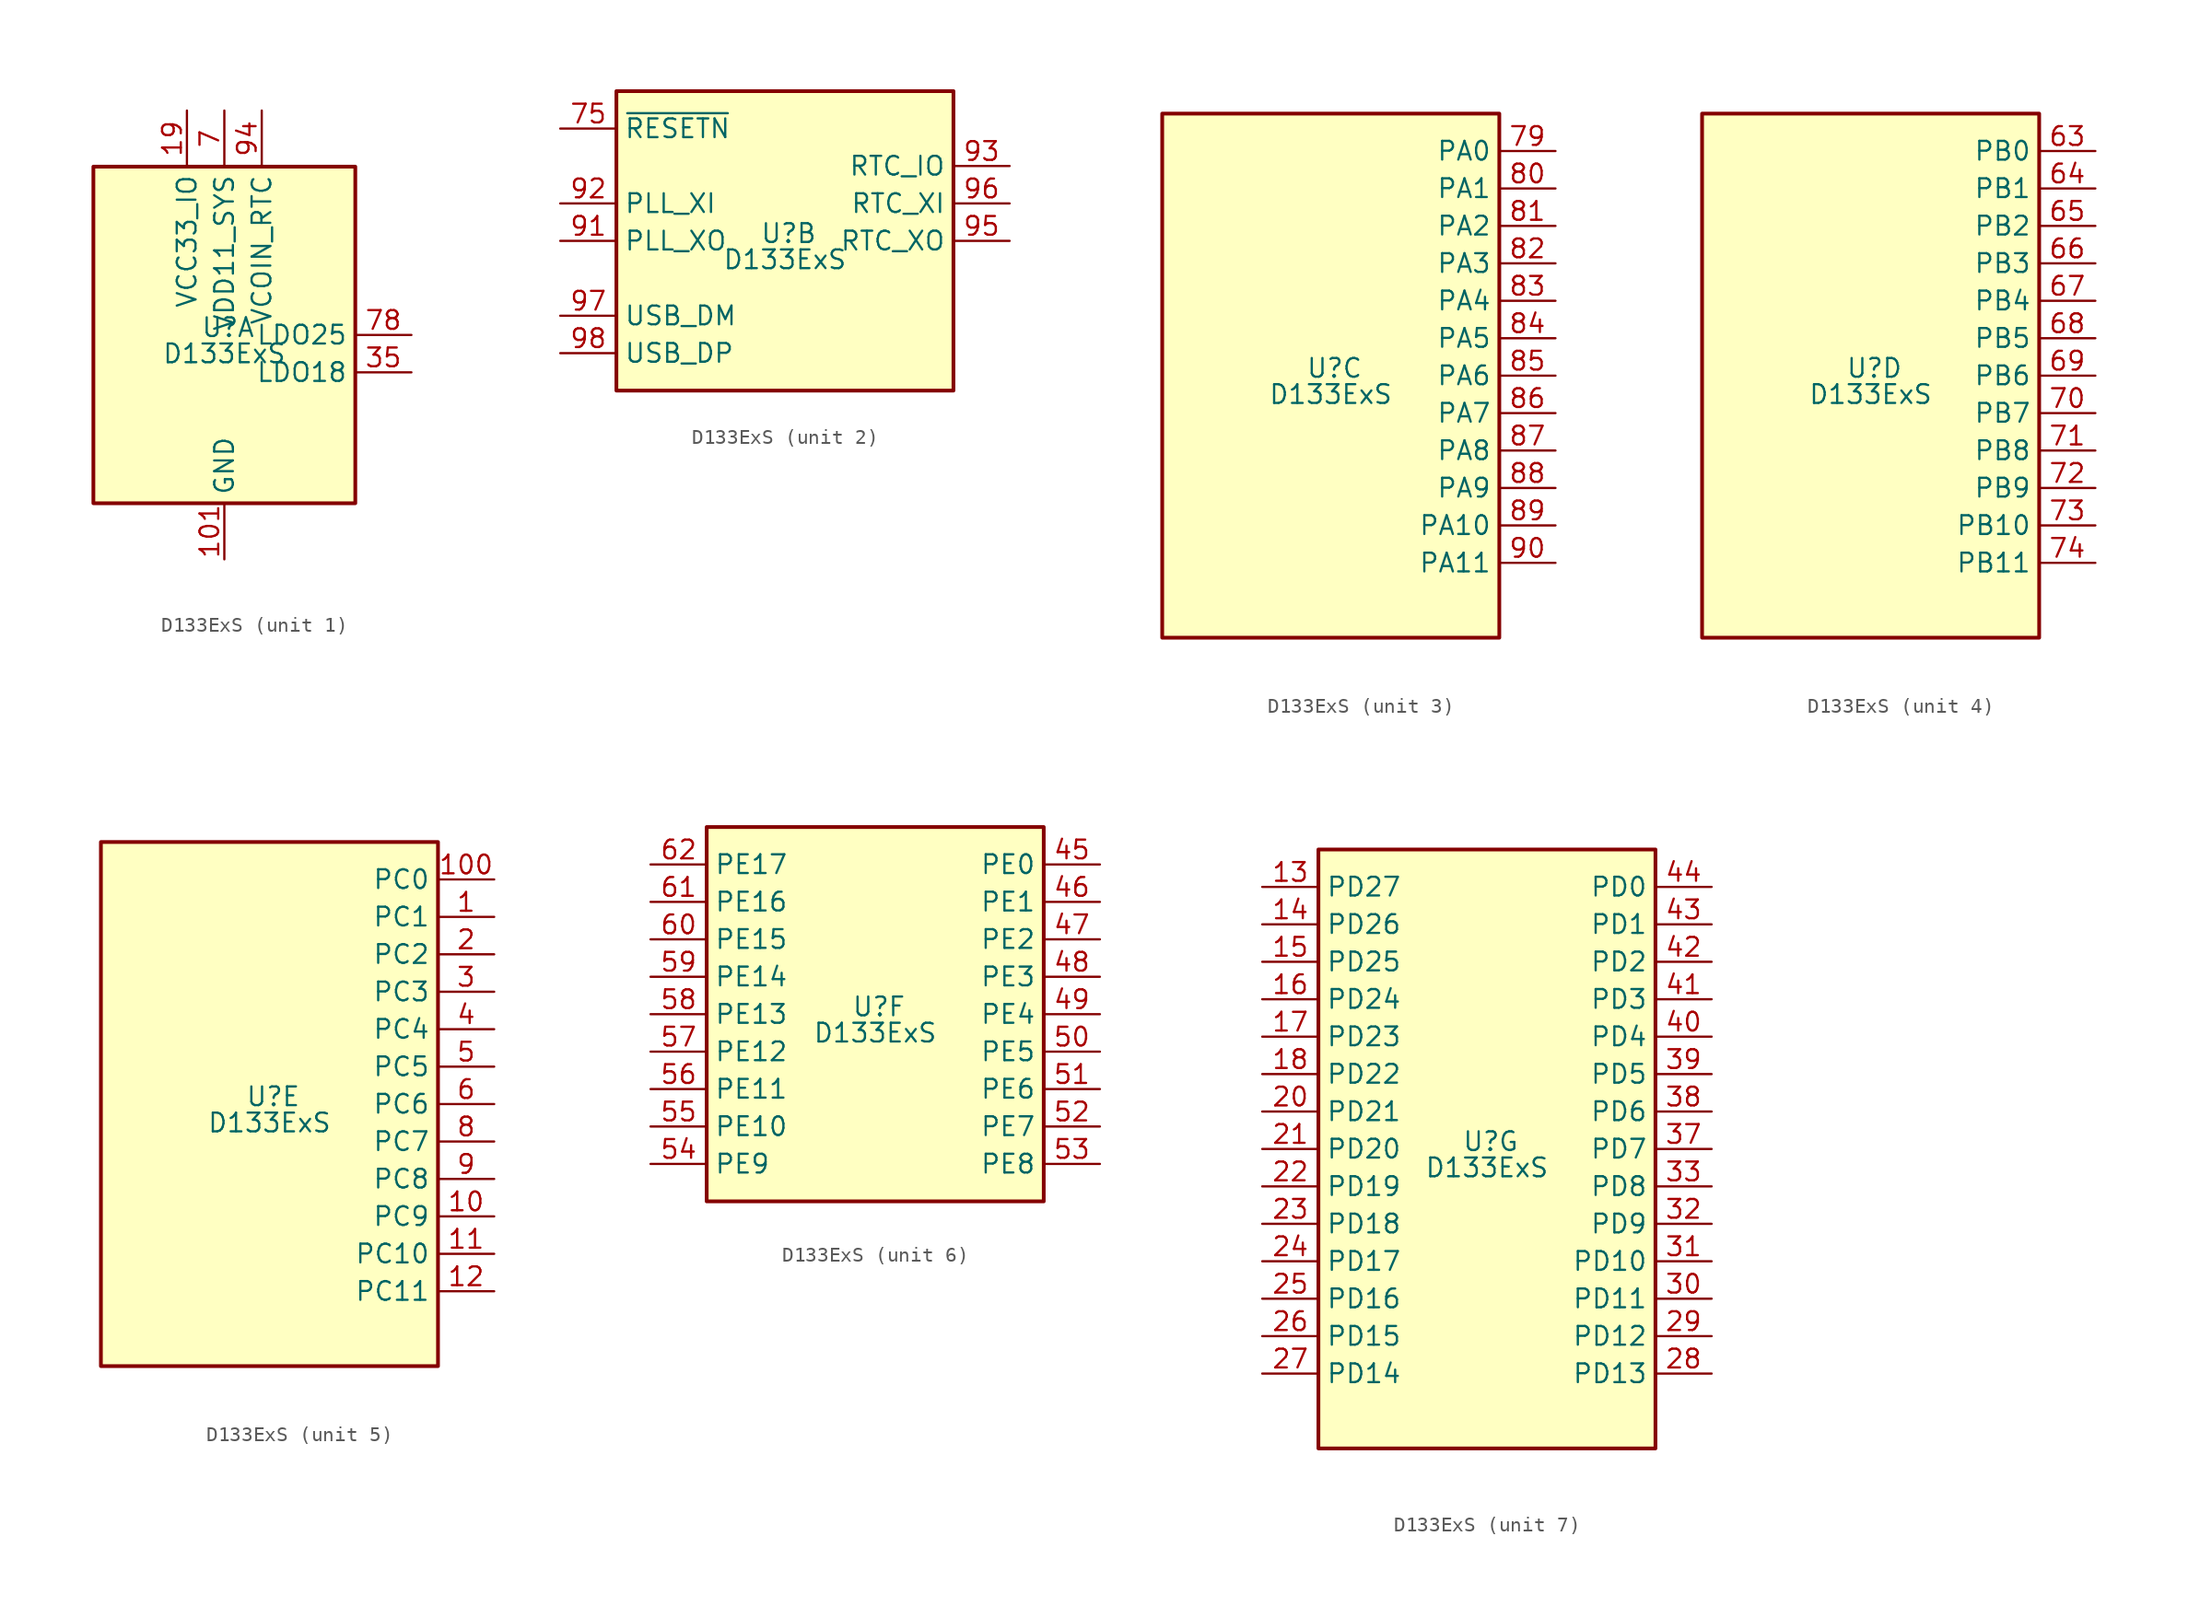
<source format=kicad_sym>
(kicad_symbol_lib
  (version 20231120)
  (generator "kicad_symbol_editor")
  (generator_version "8.0")
  (symbol "D133ExS"
    (property "Reference" "U"
      (at 0.254 0.508 0)
      (effects (font (size 1.27 1.27))))
    (property "Value" "D133ExS"
      (at 0 -1.27 0)
      (effects (font (size 1.27 1.27))))
    (property "ki_locked" ""
      (at 0 0 0)
      (effects (font (size 1.27 1.27))))
    (symbol "D133ExS_1_0"
      (pin power_in line (at 0 -15.24 90) (length 3.81) (name "GND" (effects (font (size 1.27 1.27)))) (number "101" (effects (font (size 1.27 1.27)))))
      (pin power_in line (at -2.54 15.24 270) (length 3.81) (name "VCC33_IO" (effects (font (size 1.27 1.27)))) (number "19" (effects (font (size 1.27 1.27)))))
      (pin bidirectional line (at 0 15.24 270) (length 3.81) hide (name "VDD11_SYS" (effects (font (size 1.27 1.27)))) (number "34" (effects (font (size 1.27 1.27)))))
      (pin power_out line (at 12.7 -2.54 180) (length 3.81) (name "LDO18" (effects (font (size 1.27 1.27)))) (number "35" (effects (font (size 1.27 1.27)))))
      (pin passive line (at -2.54 15.24 270) (length 3.81) hide (name "VCC33_IO" (effects (font (size 1.27 1.27)))) (number "36" (effects (font (size 1.27 1.27)))))
      (pin bidirectional line (at 0 15.24 270) (length 3.81) (name "VDD11_SYS" (effects (font (size 1.27 1.27)))) (number "7" (effects (font (size 1.27 1.27)))))
      (pin bidirectional line (at 0 15.24 270) (length 3.81) hide (name "VDD11_SYS" (effects (font (size 1.27 1.27)))) (number "76" (effects (font (size 1.27 1.27)))))
      (pin passive line (at -2.54 15.24 270) (length 3.81) hide (name "VCC33_IO" (effects (font (size 1.27 1.27)))) (number "77" (effects (font (size 1.27 1.27)))))
      (pin power_out line (at 12.7 0 180) (length 3.81) (name "LDO25" (effects (font (size 1.27 1.27)))) (number "78" (effects (font (size 1.27 1.27)))))
      (pin power_in line (at 2.54 15.24 270) (length 3.81) (name "VCOIN_RTC" (effects (font (size 1.27 1.27)))) (number "94" (effects (font (size 1.27 1.27)))))
      (pin passive line (at -2.54 15.24 270) (length 3.81) hide (name "VCC33_IO" (effects (font (size 1.27 1.27)))) (number "99" (effects (font (size 1.27 1.27))))))
    (symbol "D133ExS_1_1"
      (rectangle (start -8.89 11.43) (end 8.89 -11.43) (stroke (width 0.254) (type default)) (fill (type background))))
    (symbol "D133ExS_2_0"
      (pin input line (at -15.24 7.62 0) (length 3.81) (name "~{RESETN}" (effects (font (size 1.27 1.27)))) (number "75" (effects (font (size 1.27 1.27)))))
      (pin output line (at -15.24 0 0) (length 3.81) (name "PLL_XO" (effects (font (size 1.27 1.27)))) (number "91" (effects (font (size 1.27 1.27)))))
      (pin input line (at -15.24 2.54 0) (length 3.81) (name "PLL_XI" (effects (font (size 1.27 1.27)))) (number "92" (effects (font (size 1.27 1.27)))))
      (pin output line (at 15.24 5.08 180) (length 3.81) (name "RTC_IO" (effects (font (size 1.27 1.27)))) (number "93" (effects (font (size 1.27 1.27)))))
      (pin output line (at 15.24 0 180) (length 3.81) (name "RTC_XO" (effects (font (size 1.27 1.27)))) (number "95" (effects (font (size 1.27 1.27)))))
      (pin input line (at 15.24 2.54 180) (length 3.81) (name "RTC_XI" (effects (font (size 1.27 1.27)))) (number "96" (effects (font (size 1.27 1.27)))))
      (pin bidirectional line (at -15.24 -5.08 0) (length 3.81) (name "USB_DM" (effects (font (size 1.27 1.27)))) (number "97" (effects (font (size 1.27 1.27)))))
      (pin bidirectional line (at -15.24 -7.62 0) (length 3.81) (name "USB_DP" (effects (font (size 1.27 1.27)))) (number "98" (effects (font (size 1.27 1.27))))))
    (symbol "D133ExS_2_1"
      (rectangle (start -11.43 10.16) (end 11.43 -10.16) (stroke (width 0.254) (type default)) (fill (type background))))
    (symbol "D133ExS_3_0"
      (pin bidirectional line (at 15.24 15.24 180) (length 3.81) (name "PA0" (effects (font (size 1.27 1.27)))) (number "79" (effects (font (size 1.27 1.27)))))
      (pin bidirectional line (at 15.24 12.7 180) (length 3.81) (name "PA1" (effects (font (size 1.27 1.27)))) (number "80" (effects (font (size 1.27 1.27)))))
      (pin bidirectional line (at 15.24 10.16 180) (length 3.81) (name "PA2" (effects (font (size 1.27 1.27)))) (number "81" (effects (font (size 1.27 1.27)))))
      (pin bidirectional line (at 15.24 7.62 180) (length 3.81) (name "PA3" (effects (font (size 1.27 1.27)))) (number "82" (effects (font (size 1.27 1.27)))))
      (pin bidirectional line (at 15.24 5.08 180) (length 3.81) (name "PA4" (effects (font (size 1.27 1.27)))) (number "83" (effects (font (size 1.27 1.27)))))
      (pin bidirectional line (at 15.24 2.54 180) (length 3.81) (name "PA5" (effects (font (size 1.27 1.27)))) (number "84" (effects (font (size 1.27 1.27)))))
      (pin bidirectional line (at 15.24 0 180) (length 3.81) (name "PA6" (effects (font (size 1.27 1.27)))) (number "85" (effects (font (size 1.27 1.27)))))
      (pin bidirectional line (at 15.24 -2.54 180) (length 3.81) (name "PA7" (effects (font (size 1.27 1.27)))) (number "86" (effects (font (size 1.27 1.27)))))
      (pin bidirectional line (at 15.24 -5.08 180) (length 3.81) (name "PA8" (effects (font (size 1.27 1.27)))) (number "87" (effects (font (size 1.27 1.27)))))
      (pin bidirectional line (at 15.24 -7.62 180) (length 3.81) (name "PA9" (effects (font (size 1.27 1.27)))) (number "88" (effects (font (size 1.27 1.27)))))
      (pin bidirectional line (at 15.24 -10.16 180) (length 3.81) (name "PA10" (effects (font (size 1.27 1.27)))) (number "89" (effects (font (size 1.27 1.27)))))
      (pin bidirectional line (at 15.24 -12.7 180) (length 3.81) (name "PA11" (effects (font (size 1.27 1.27)))) (number "90" (effects (font (size 1.27 1.27))))))
    (symbol "D133ExS_3_1"
      (rectangle (start -11.43 17.78) (end 11.43 -17.78) (stroke (width 0.254) (type default)) (fill (type background))))
    (symbol "D133ExS_4_0"
      (pin bidirectional line (at 15.24 15.24 180) (length 3.81) (name "PB0" (effects (font (size 1.27 1.27)))) (number "63" (effects (font (size 1.27 1.27)))))
      (pin bidirectional line (at 15.24 12.7 180) (length 3.81) (name "PB1" (effects (font (size 1.27 1.27)))) (number "64" (effects (font (size 1.27 1.27)))))
      (pin bidirectional line (at 15.24 10.16 180) (length 3.81) (name "PB2" (effects (font (size 1.27 1.27)))) (number "65" (effects (font (size 1.27 1.27)))))
      (pin bidirectional line (at 15.24 7.62 180) (length 3.81) (name "PB3" (effects (font (size 1.27 1.27)))) (number "66" (effects (font (size 1.27 1.27)))))
      (pin bidirectional line (at 15.24 5.08 180) (length 3.81) (name "PB4" (effects (font (size 1.27 1.27)))) (number "67" (effects (font (size 1.27 1.27)))))
      (pin bidirectional line (at 15.24 2.54 180) (length 3.81) (name "PB5" (effects (font (size 1.27 1.27)))) (number "68" (effects (font (size 1.27 1.27)))))
      (pin bidirectional line (at 15.24 0 180) (length 3.81) (name "PB6" (effects (font (size 1.27 1.27)))) (number "69" (effects (font (size 1.27 1.27)))))
      (pin bidirectional line (at 15.24 -2.54 180) (length 3.81) (name "PB7" (effects (font (size 1.27 1.27)))) (number "70" (effects (font (size 1.27 1.27)))))
      (pin bidirectional line (at 15.24 -5.08 180) (length 3.81) (name "PB8" (effects (font (size 1.27 1.27)))) (number "71" (effects (font (size 1.27 1.27)))))
      (pin bidirectional line (at 15.24 -7.62 180) (length 3.81) (name "PB9" (effects (font (size 1.27 1.27)))) (number "72" (effects (font (size 1.27 1.27)))))
      (pin bidirectional line (at 15.24 -10.16 180) (length 3.81) (name "PB10" (effects (font (size 1.27 1.27)))) (number "73" (effects (font (size 1.27 1.27)))))
      (pin bidirectional line (at 15.24 -12.7 180) (length 3.81) (name "PB11" (effects (font (size 1.27 1.27)))) (number "74" (effects (font (size 1.27 1.27))))))
    (symbol "D133ExS_4_1"
      (rectangle (start -11.43 17.78) (end 11.43 -17.78) (stroke (width 0.254) (type default)) (fill (type background))))
    (symbol "D133ExS_5_0"
      (pin bidirectional line (at 15.24 12.7 180) (length 3.81) (name "PC1" (effects (font (size 1.27 1.27)))) (number "1" (effects (font (size 1.27 1.27)))))
      (pin bidirectional line (at 15.24 -7.62 180) (length 3.81) (name "PC9" (effects (font (size 1.27 1.27)))) (number "10" (effects (font (size 1.27 1.27)))))
      (pin bidirectional line (at 15.24 15.24 180) (length 3.81) (name "PC0" (effects (font (size 1.27 1.27)))) (number "100" (effects (font (size 1.27 1.27)))))
      (pin bidirectional line (at 15.24 -10.16 180) (length 3.81) (name "PC10" (effects (font (size 1.27 1.27)))) (number "11" (effects (font (size 1.27 1.27)))))
      (pin bidirectional line (at 15.24 -12.7 180) (length 3.81) (name "PC11" (effects (font (size 1.27 1.27)))) (number "12" (effects (font (size 1.27 1.27)))))
      (pin bidirectional line (at 15.24 10.16 180) (length 3.81) (name "PC2" (effects (font (size 1.27 1.27)))) (number "2" (effects (font (size 1.27 1.27)))))
      (pin bidirectional line (at 15.24 7.62 180) (length 3.81) (name "PC3" (effects (font (size 1.27 1.27)))) (number "3" (effects (font (size 1.27 1.27)))))
      (pin bidirectional line (at 15.24 5.08 180) (length 3.81) (name "PC4" (effects (font (size 1.27 1.27)))) (number "4" (effects (font (size 1.27 1.27)))))
      (pin bidirectional line (at 15.24 2.54 180) (length 3.81) (name "PC5" (effects (font (size 1.27 1.27)))) (number "5" (effects (font (size 1.27 1.27)))))
      (pin bidirectional line (at 15.24 0 180) (length 3.81) (name "PC6" (effects (font (size 1.27 1.27)))) (number "6" (effects (font (size 1.27 1.27)))))
      (pin bidirectional line (at 15.24 -2.54 180) (length 3.81) (name "PC7" (effects (font (size 1.27 1.27)))) (number "8" (effects (font (size 1.27 1.27)))))
      (pin bidirectional line (at 15.24 -5.08 180) (length 3.81) (name "PC8" (effects (font (size 1.27 1.27)))) (number "9" (effects (font (size 1.27 1.27))))))
    (symbol "D133ExS_5_1"
      (rectangle (start -11.43 17.78) (end 11.43 -17.78) (stroke (width 0.254) (type default)) (fill (type background))))
    (symbol "D133ExS_6_0"
      (pin bidirectional line (at 15.24 10.16 180) (length 3.81) (name "PE0" (effects (font (size 1.27 1.27)))) (number "45" (effects (font (size 1.27 1.27)))))
      (pin bidirectional line (at 15.24 7.62 180) (length 3.81) (name "PE1" (effects (font (size 1.27 1.27)))) (number "46" (effects (font (size 1.27 1.27)))))
      (pin bidirectional line (at 15.24 5.08 180) (length 3.81) (name "PE2" (effects (font (size 1.27 1.27)))) (number "47" (effects (font (size 1.27 1.27)))))
      (pin bidirectional line (at 15.24 2.54 180) (length 3.81) (name "PE3" (effects (font (size 1.27 1.27)))) (number "48" (effects (font (size 1.27 1.27)))))
      (pin bidirectional line (at 15.24 0 180) (length 3.81) (name "PE4" (effects (font (size 1.27 1.27)))) (number "49" (effects (font (size 1.27 1.27)))))
      (pin bidirectional line (at 15.24 -2.54 180) (length 3.81) (name "PE5" (effects (font (size 1.27 1.27)))) (number "50" (effects (font (size 1.27 1.27)))))
      (pin bidirectional line (at 15.24 -5.08 180) (length 3.81) (name "PE6" (effects (font (size 1.27 1.27)))) (number "51" (effects (font (size 1.27 1.27)))))
      (pin bidirectional line (at 15.24 -7.62 180) (length 3.81) (name "PE7" (effects (font (size 1.27 1.27)))) (number "52" (effects (font (size 1.27 1.27)))))
      (pin bidirectional line (at 15.24 -10.16 180) (length 3.81) (name "PE8" (effects (font (size 1.27 1.27)))) (number "53" (effects (font (size 1.27 1.27)))))
      (pin bidirectional line (at -15.24 -10.16 0) (length 3.81) (name "PE9" (effects (font (size 1.27 1.27)))) (number "54" (effects (font (size 1.27 1.27)))))
      (pin bidirectional line (at -15.24 -7.62 0) (length 3.81) (name "PE10" (effects (font (size 1.27 1.27)))) (number "55" (effects (font (size 1.27 1.27)))))
      (pin bidirectional line (at -15.24 -5.08 0) (length 3.81) (name "PE11" (effects (font (size 1.27 1.27)))) (number "56" (effects (font (size 1.27 1.27)))))
      (pin bidirectional line (at -15.24 -2.54 0) (length 3.81) (name "PE12" (effects (font (size 1.27 1.27)))) (number "57" (effects (font (size 1.27 1.27)))))
      (pin bidirectional line (at -15.24 0 0) (length 3.81) (name "PE13" (effects (font (size 1.27 1.27)))) (number "58" (effects (font (size 1.27 1.27)))))
      (pin bidirectional line (at -15.24 2.54 0) (length 3.81) (name "PE14" (effects (font (size 1.27 1.27)))) (number "59" (effects (font (size 1.27 1.27)))))
      (pin bidirectional line (at -15.24 5.08 0) (length 3.81) (name "PE15" (effects (font (size 1.27 1.27)))) (number "60" (effects (font (size 1.27 1.27)))))
      (pin bidirectional line (at -15.24 7.62 0) (length 3.81) (name "PE16" (effects (font (size 1.27 1.27)))) (number "61" (effects (font (size 1.27 1.27)))))
      (pin bidirectional line (at -15.24 10.16 0) (length 3.81) (name "PE17" (effects (font (size 1.27 1.27)))) (number "62" (effects (font (size 1.27 1.27))))))
    (symbol "D133ExS_6_1"
      (rectangle (start -11.43 12.7) (end 11.43 -12.7) (stroke (width 0.254) (type default)) (fill (type background))))
    (symbol "D133ExS_7_0"
      (pin bidirectional line (at -15.24 17.78 0) (length 3.81) (name "PD27" (effects (font (size 1.27 1.27)))) (number "13" (effects (font (size 1.27 1.27)))))
      (pin bidirectional line (at -15.24 15.24 0) (length 3.81) (name "PD26" (effects (font (size 1.27 1.27)))) (number "14" (effects (font (size 1.27 1.27)))))
      (pin bidirectional line (at -15.24 12.7 0) (length 3.81) (name "PD25" (effects (font (size 1.27 1.27)))) (number "15" (effects (font (size 1.27 1.27)))))
      (pin bidirectional line (at -15.24 10.16 0) (length 3.81) (name "PD24" (effects (font (size 1.27 1.27)))) (number "16" (effects (font (size 1.27 1.27)))))
      (pin bidirectional line (at -15.24 7.62 0) (length 3.81) (name "PD23" (effects (font (size 1.27 1.27)))) (number "17" (effects (font (size 1.27 1.27)))))
      (pin bidirectional line (at -15.24 5.08 0) (length 3.81) (name "PD22" (effects (font (size 1.27 1.27)))) (number "18" (effects (font (size 1.27 1.27)))))
      (pin bidirectional line (at -15.24 2.54 0) (length 3.81) (name "PD21" (effects (font (size 1.27 1.27)))) (number "20" (effects (font (size 1.27 1.27)))))
      (pin bidirectional line (at -15.24 0 0) (length 3.81) (name "PD20" (effects (font (size 1.27 1.27)))) (number "21" (effects (font (size 1.27 1.27)))))
      (pin bidirectional line (at -15.24 -2.54 0) (length 3.81) (name "PD19" (effects (font (size 1.27 1.27)))) (number "22" (effects (font (size 1.27 1.27)))))
      (pin bidirectional line (at -15.24 -5.08 0) (length 3.81) (name "PD18" (effects (font (size 1.27 1.27)))) (number "23" (effects (font (size 1.27 1.27)))))
      (pin bidirectional line (at -15.24 -7.62 0) (length 3.81) (name "PD17" (effects (font (size 1.27 1.27)))) (number "24" (effects (font (size 1.27 1.27)))))
      (pin bidirectional line (at -15.24 -10.16 0) (length 3.81) (name "PD16" (effects (font (size 1.27 1.27)))) (number "25" (effects (font (size 1.27 1.27)))))
      (pin bidirectional line (at -15.24 -12.7 0) (length 3.81) (name "PD15" (effects (font (size 1.27 1.27)))) (number "26" (effects (font (size 1.27 1.27)))))
      (pin bidirectional line (at -15.24 -15.24 0) (length 3.81) (name "PD14" (effects (font (size 1.27 1.27)))) (number "27" (effects (font (size 1.27 1.27)))))
      (pin bidirectional line (at 15.24 -15.24 180) (length 3.81) (name "PD13" (effects (font (size 1.27 1.27)))) (number "28" (effects (font (size 1.27 1.27)))))
      (pin bidirectional line (at 15.24 -12.7 180) (length 3.81) (name "PD12" (effects (font (size 1.27 1.27)))) (number "29" (effects (font (size 1.27 1.27)))))
      (pin bidirectional line (at 15.24 -10.16 180) (length 3.81) (name "PD11" (effects (font (size 1.27 1.27)))) (number "30" (effects (font (size 1.27 1.27)))))
      (pin bidirectional line (at 15.24 -7.62 180) (length 3.81) (name "PD10" (effects (font (size 1.27 1.27)))) (number "31" (effects (font (size 1.27 1.27)))))
      (pin bidirectional line (at 15.24 -5.08 180) (length 3.81) (name "PD9" (effects (font (size 1.27 1.27)))) (number "32" (effects (font (size 1.27 1.27)))))
      (pin bidirectional line (at 15.24 -2.54 180) (length 3.81) (name "PD8" (effects (font (size 1.27 1.27)))) (number "33" (effects (font (size 1.27 1.27)))))
      (pin bidirectional line (at 15.24 0 180) (length 3.81) (name "PD7" (effects (font (size 1.27 1.27)))) (number "37" (effects (font (size 1.27 1.27)))))
      (pin bidirectional line (at 15.24 2.54 180) (length 3.81) (name "PD6" (effects (font (size 1.27 1.27)))) (number "38" (effects (font (size 1.27 1.27)))))
      (pin bidirectional line (at 15.24 5.08 180) (length 3.81) (name "PD5" (effects (font (size 1.27 1.27)))) (number "39" (effects (font (size 1.27 1.27)))))
      (pin bidirectional line (at 15.24 7.62 180) (length 3.81) (name "PD4" (effects (font (size 1.27 1.27)))) (number "40" (effects (font (size 1.27 1.27)))))
      (pin bidirectional line (at 15.24 10.16 180) (length 3.81) (name "PD3" (effects (font (size 1.27 1.27)))) (number "41" (effects (font (size 1.27 1.27)))))
      (pin bidirectional line (at 15.24 12.7 180) (length 3.81) (name "PD2" (effects (font (size 1.27 1.27)))) (number "42" (effects (font (size 1.27 1.27)))))
      (pin bidirectional line (at 15.24 15.24 180) (length 3.81) (name "PD1" (effects (font (size 1.27 1.27)))) (number "43" (effects (font (size 1.27 1.27)))))
      (pin bidirectional line (at 15.24 17.78 180) (length 3.81) (name "PD0" (effects (font (size 1.27 1.27)))) (number "44" (effects (font (size 1.27 1.27))))))
    (symbol "D133ExS_7_1"
      (rectangle (start -11.43 20.32) (end 11.43 -20.32) (stroke (width 0.254) (type default)) (fill (type background))))))
</source>
